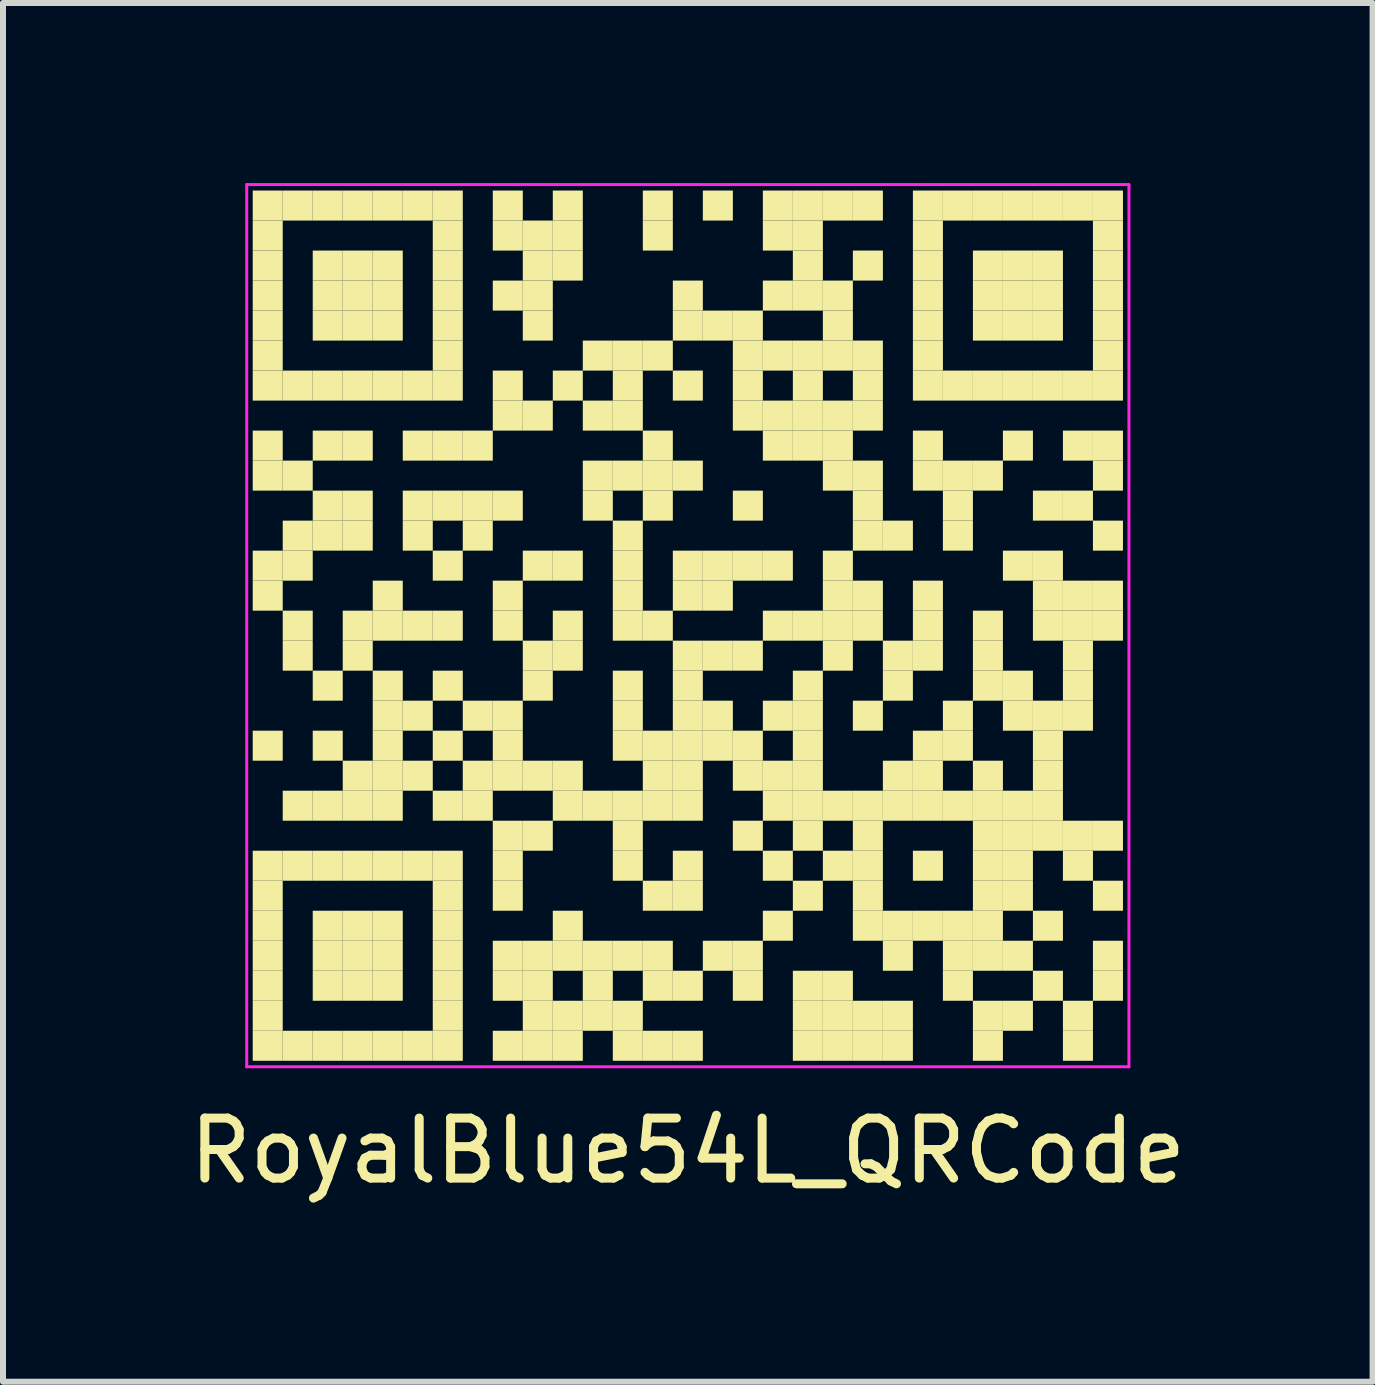
<source format=kicad_pcb>
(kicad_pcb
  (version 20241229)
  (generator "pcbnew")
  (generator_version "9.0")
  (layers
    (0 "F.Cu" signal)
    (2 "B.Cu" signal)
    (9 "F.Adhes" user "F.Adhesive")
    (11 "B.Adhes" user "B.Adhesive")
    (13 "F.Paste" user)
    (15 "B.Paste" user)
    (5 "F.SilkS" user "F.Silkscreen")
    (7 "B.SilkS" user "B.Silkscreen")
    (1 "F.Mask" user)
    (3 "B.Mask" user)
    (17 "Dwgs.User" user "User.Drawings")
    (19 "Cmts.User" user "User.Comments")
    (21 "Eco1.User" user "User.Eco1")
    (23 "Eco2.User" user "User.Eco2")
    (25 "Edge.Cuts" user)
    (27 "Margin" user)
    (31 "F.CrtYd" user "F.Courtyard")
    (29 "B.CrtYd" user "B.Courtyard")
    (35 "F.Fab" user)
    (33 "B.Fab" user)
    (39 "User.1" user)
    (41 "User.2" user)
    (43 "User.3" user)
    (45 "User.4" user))
  (footprint "RoyalBlue54L_QRCode"
    (layer "F.Cu")
    (at 8.411 7.375)
    (property "Reference" "RoyalBlue54L_QRCode" (at 0 8.75 0) (layer "F.SilkS") (effects (font (size 1 1) (thickness 0.15))))
    (fp_rect (start -7.25 -7.25) (end -6.75 -6.75) (stroke (width 0) (type default)) (fill yes) (layer "F.SilkS"))
    (fp_rect (start -7.25 -6.75) (end -6.75 -6.25) (stroke (width 0) (type default)) (fill yes) (layer "F.SilkS"))
    (fp_rect (start -7.25 -6.25) (end -6.75 -5.75) (stroke (width 0) (type default)) (fill yes) (layer "F.SilkS"))
    (fp_rect (start -7.25 -5.75) (end -6.75 -5.25) (stroke (width 0) (type default)) (fill yes) (layer "F.SilkS"))
    (fp_rect (start -7.25 -5.25) (end -6.75 -4.75) (stroke (width 0) (type default)) (fill yes) (layer "F.SilkS"))
    (fp_rect (start -7.25 -4.75) (end -6.75 -4.25) (stroke (width 0) (type default)) (fill yes) (layer "F.SilkS"))
    (fp_rect (start -7.25 -4.25) (end -6.75 -3.75) (stroke (width 0) (type default)) (fill yes) (layer "F.SilkS"))
    (fp_rect (start -7.25 -3.25) (end -6.75 -2.75) (stroke (width 0) (type default)) (fill yes) (layer "F.SilkS"))
    (fp_rect (start -7.25 -2.75) (end -6.75 -2.25) (stroke (width 0) (type default)) (fill yes) (layer "F.SilkS"))
    (fp_rect (start -7.25 -1.25) (end -6.75 -0.75) (stroke (width 0) (type default)) (fill yes) (layer "F.SilkS"))
    (fp_rect (start -7.25 -0.75) (end -6.75 -0.25) (stroke (width 0) (type default)) (fill yes) (layer "F.SilkS"))
    (fp_rect (start -7.25 1.75) (end -6.75 2.25) (stroke (width 0) (type default)) (fill yes) (layer "F.SilkS"))
    (fp_rect (start -7.25 3.75) (end -6.75 4.25) (stroke (width 0) (type default)) (fill yes) (layer "F.SilkS"))
    (fp_rect (start -7.25 4.25) (end -6.75 4.75) (stroke (width 0) (type default)) (fill yes) (layer "F.SilkS"))
    (fp_rect (start -7.25 4.75) (end -6.75 5.25) (stroke (width 0) (type default)) (fill yes) (layer "F.SilkS"))
    (fp_rect (start -7.25 5.25) (end -6.75 5.75) (stroke (width 0) (type default)) (fill yes) (layer "F.SilkS"))
    (fp_rect (start -7.25 5.75) (end -6.75 6.25) (stroke (width 0) (type default)) (fill yes) (layer "F.SilkS"))
    (fp_rect (start -7.25 6.25) (end -6.75 6.75) (stroke (width 0) (type default)) (fill yes) (layer "F.SilkS"))
    (fp_rect (start -7.25 6.75) (end -6.75 7.25) (stroke (width 0) (type default)) (fill yes) (layer "F.SilkS"))
    (fp_rect (start -6.75 -7.25) (end -6.25 -6.75) (stroke (width 0) (type default)) (fill yes) (layer "F.SilkS"))
    (fp_rect (start -6.75 -4.25) (end -6.25 -3.75) (stroke (width 0) (type default)) (fill yes) (layer "F.SilkS"))
    (fp_rect (start -6.75 -2.75) (end -6.25 -2.25) (stroke (width 0) (type default)) (fill yes) (layer "F.SilkS"))
    (fp_rect (start -6.75 -1.75) (end -6.25 -1.25) (stroke (width 0) (type default)) (fill yes) (layer "F.SilkS"))
    (fp_rect (start -6.75 -1.25) (end -6.25 -0.75) (stroke (width 0) (type default)) (fill yes) (layer "F.SilkS"))
    (fp_rect (start -6.75 -0.25) (end -6.25 0.25) (stroke (width 0) (type default)) (fill yes) (layer "F.SilkS"))
    (fp_rect (start -6.75 0.25) (end -6.25 0.75) (stroke (width 0) (type default)) (fill yes) (layer "F.SilkS"))
    (fp_rect (start -6.75 2.75) (end -6.25 3.25) (stroke (width 0) (type default)) (fill yes) (layer "F.SilkS"))
    (fp_rect (start -6.75 3.75) (end -6.25 4.25) (stroke (width 0) (type default)) (fill yes) (layer "F.SilkS"))
    (fp_rect (start -6.75 6.75) (end -6.25 7.25) (stroke (width 0) (type default)) (fill yes) (layer "F.SilkS"))
    (fp_rect (start -6.25 -7.25) (end -5.75 -6.75) (stroke (width 0) (type default)) (fill yes) (layer "F.SilkS"))
    (fp_rect (start -6.25 -6.25) (end -5.75 -5.75) (stroke (width 0) (type default)) (fill yes) (layer "F.SilkS"))
    (fp_rect (start -6.25 -5.75) (end -5.75 -5.25) (stroke (width 0) (type default)) (fill yes) (layer "F.SilkS"))
    (fp_rect (start -6.25 -5.25) (end -5.75 -4.75) (stroke (width 0) (type default)) (fill yes) (layer "F.SilkS"))
    (fp_rect (start -6.25 -4.25) (end -5.75 -3.75) (stroke (width 0) (type default)) (fill yes) (layer "F.SilkS"))
    (fp_rect (start -6.25 -3.25) (end -5.75 -2.75) (stroke (width 0) (type default)) (fill yes) (layer "F.SilkS"))
    (fp_rect (start -6.25 -2.25) (end -5.75 -1.75) (stroke (width 0) (type default)) (fill yes) (layer "F.SilkS"))
    (fp_rect (start -6.25 -1.75) (end -5.75 -1.25) (stroke (width 0) (type default)) (fill yes) (layer "F.SilkS"))
    (fp_rect (start -6.25 0.75) (end -5.75 1.25) (stroke (width 0) (type default)) (fill yes) (layer "F.SilkS"))
    (fp_rect (start -6.25 1.75) (end -5.75 2.25) (stroke (width 0) (type default)) (fill yes) (layer "F.SilkS"))
    (fp_rect (start -6.25 2.75) (end -5.75 3.25) (stroke (width 0) (type default)) (fill yes) (layer "F.SilkS"))
    (fp_rect (start -6.25 3.75) (end -5.75 4.25) (stroke (width 0) (type default)) (fill yes) (layer "F.SilkS"))
    (fp_rect (start -6.25 4.75) (end -5.75 5.25) (stroke (width 0) (type default)) (fill yes) (layer "F.SilkS"))
    (fp_rect (start -6.25 5.25) (end -5.75 5.75) (stroke (width 0) (type default)) (fill yes) (layer "F.SilkS"))
    (fp_rect (start -6.25 5.75) (end -5.75 6.25) (stroke (width 0) (type default)) (fill yes) (layer "F.SilkS"))
    (fp_rect (start -6.25 6.75) (end -5.75 7.25) (stroke (width 0) (type default)) (fill yes) (layer "F.SilkS"))
    (fp_rect (start -5.75 -7.25) (end -5.25 -6.75) (stroke (width 0) (type default)) (fill yes) (layer "F.SilkS"))
    (fp_rect (start -5.75 -6.25) (end -5.25 -5.75) (stroke (width 0) (type default)) (fill yes) (layer "F.SilkS"))
    (fp_rect (start -5.75 -5.75) (end -5.25 -5.25) (stroke (width 0) (type default)) (fill yes) (layer "F.SilkS"))
    (fp_rect (start -5.75 -5.25) (end -5.25 -4.75) (stroke (width 0) (type default)) (fill yes) (layer "F.SilkS"))
    (fp_rect (start -5.75 -4.25) (end -5.25 -3.75) (stroke (width 0) (type default)) (fill yes) (layer "F.SilkS"))
    (fp_rect (start -5.75 -3.25) (end -5.25 -2.75) (stroke (width 0) (type default)) (fill yes) (layer "F.SilkS"))
    (fp_rect (start -5.75 -2.25) (end -5.25 -1.75) (stroke (width 0) (type default)) (fill yes) (layer "F.SilkS"))
    (fp_rect (start -5.75 -1.75) (end -5.25 -1.25) (stroke (width 0) (type default)) (fill yes) (layer "F.SilkS"))
    (fp_rect (start -5.75 -0.25) (end -5.25 0.25) (stroke (width 0) (type default)) (fill yes) (layer "F.SilkS"))
    (fp_rect (start -5.75 0.25) (end -5.25 0.75) (stroke (width 0) (type default)) (fill yes) (layer "F.SilkS"))
    (fp_rect (start -5.75 2.25) (end -5.25 2.75) (stroke (width 0) (type default)) (fill yes) (layer "F.SilkS"))
    (fp_rect (start -5.75 2.75) (end -5.25 3.25) (stroke (width 0) (type default)) (fill yes) (layer "F.SilkS"))
    (fp_rect (start -5.75 3.75) (end -5.25 4.25) (stroke (width 0) (type default)) (fill yes) (layer "F.SilkS"))
    (fp_rect (start -5.75 4.75) (end -5.25 5.25) (stroke (width 0) (type default)) (fill yes) (layer "F.SilkS"))
    (fp_rect (start -5.75 5.25) (end -5.25 5.75) (stroke (width 0) (type default)) (fill yes) (layer "F.SilkS"))
    (fp_rect (start -5.75 5.75) (end -5.25 6.25) (stroke (width 0) (type default)) (fill yes) (layer "F.SilkS"))
    (fp_rect (start -5.75 6.75) (end -5.25 7.25) (stroke (width 0) (type default)) (fill yes) (layer "F.SilkS"))
    (fp_rect (start -5.25 -7.25) (end -4.75 -6.75) (stroke (width 0) (type default)) (fill yes) (layer "F.SilkS"))
    (fp_rect (start -5.25 -6.25) (end -4.75 -5.75) (stroke (width 0) (type default)) (fill yes) (layer "F.SilkS"))
    (fp_rect (start -5.25 -5.75) (end -4.75 -5.25) (stroke (width 0) (type default)) (fill yes) (layer "F.SilkS"))
    (fp_rect (start -5.25 -5.25) (end -4.75 -4.75) (stroke (width 0) (type default)) (fill yes) (layer "F.SilkS"))
    (fp_rect (start -5.25 -4.25) (end -4.75 -3.75) (stroke (width 0) (type default)) (fill yes) (layer "F.SilkS"))
    (fp_rect (start -5.25 -0.75) (end -4.75 -0.25) (stroke (width 0) (type default)) (fill yes) (layer "F.SilkS"))
    (fp_rect (start -5.25 -0.25) (end -4.75 0.25) (stroke (width 0) (type default)) (fill yes) (layer "F.SilkS"))
    (fp_rect (start -5.25 0.75) (end -4.75 1.25) (stroke (width 0) (type default)) (fill yes) (layer "F.SilkS"))
    (fp_rect (start -5.25 1.25) (end -4.75 1.75) (stroke (width 0) (type default)) (fill yes) (layer "F.SilkS"))
    (fp_rect (start -5.25 1.75) (end -4.75 2.25) (stroke (width 0) (type default)) (fill yes) (layer "F.SilkS"))
    (fp_rect (start -5.25 2.25) (end -4.75 2.75) (stroke (width 0) (type default)) (fill yes) (layer "F.SilkS"))
    (fp_rect (start -5.25 2.75) (end -4.75 3.25) (stroke (width 0) (type default)) (fill yes) (layer "F.SilkS"))
    (fp_rect (start -5.25 3.75) (end -4.75 4.25) (stroke (width 0) (type default)) (fill yes) (layer "F.SilkS"))
    (fp_rect (start -5.25 4.75) (end -4.75 5.25) (stroke (width 0) (type default)) (fill yes) (layer "F.SilkS"))
    (fp_rect (start -5.25 5.25) (end -4.75 5.75) (stroke (width 0) (type default)) (fill yes) (layer "F.SilkS"))
    (fp_rect (start -5.25 5.75) (end -4.75 6.25) (stroke (width 0) (type default)) (fill yes) (layer "F.SilkS"))
    (fp_rect (start -5.25 6.75) (end -4.75 7.25) (stroke (width 0) (type default)) (fill yes) (layer "F.SilkS"))
    (fp_rect (start -4.75 -7.25) (end -4.25 -6.75) (stroke (width 0) (type default)) (fill yes) (layer "F.SilkS"))
    (fp_rect (start -4.75 -4.25) (end -4.25 -3.75) (stroke (width 0) (type default)) (fill yes) (layer "F.SilkS"))
    (fp_rect (start -4.75 -3.25) (end -4.25 -2.75) (stroke (width 0) (type default)) (fill yes) (layer "F.SilkS"))
    (fp_rect (start -4.75 -2.25) (end -4.25 -1.75) (stroke (width 0) (type default)) (fill yes) (layer "F.SilkS"))
    (fp_rect (start -4.75 -1.75) (end -4.25 -1.25) (stroke (width 0) (type default)) (fill yes) (layer "F.SilkS"))
    (fp_rect (start -4.75 -0.25) (end -4.25 0.25) (stroke (width 0) (type default)) (fill yes) (layer "F.SilkS"))
    (fp_rect (start -4.75 1.25) (end -4.25 1.75) (stroke (width 0) (type default)) (fill yes) (layer "F.SilkS"))
    (fp_rect (start -4.75 2.25) (end -4.25 2.75) (stroke (width 0) (type default)) (fill yes) (layer "F.SilkS"))
    (fp_rect (start -4.75 3.75) (end -4.25 4.25) (stroke (width 0) (type default)) (fill yes) (layer "F.SilkS"))
    (fp_rect (start -4.75 6.75) (end -4.25 7.25) (stroke (width 0) (type default)) (fill yes) (layer "F.SilkS"))
    (fp_rect (start -4.25 -7.25) (end -3.75 -6.75) (stroke (width 0) (type default)) (fill yes) (layer "F.SilkS"))
    (fp_rect (start -4.25 -6.75) (end -3.75 -6.25) (stroke (width 0) (type default)) (fill yes) (layer "F.SilkS"))
    (fp_rect (start -4.25 -6.25) (end -3.75 -5.75) (stroke (width 0) (type default)) (fill yes) (layer "F.SilkS"))
    (fp_rect (start -4.25 -5.75) (end -3.75 -5.25) (stroke (width 0) (type default)) (fill yes) (layer "F.SilkS"))
    (fp_rect (start -4.25 -5.25) (end -3.75 -4.75) (stroke (width 0) (type default)) (fill yes) (layer "F.SilkS"))
    (fp_rect (start -4.25 -4.75) (end -3.75 -4.25) (stroke (width 0) (type default)) (fill yes) (layer "F.SilkS"))
    (fp_rect (start -4.25 -4.25) (end -3.75 -3.75) (stroke (width 0) (type default)) (fill yes) (layer "F.SilkS"))
    (fp_rect (start -4.25 -3.25) (end -3.75 -2.75) (stroke (width 0) (type default)) (fill yes) (layer "F.SilkS"))
    (fp_rect (start -4.25 -2.25) (end -3.75 -1.75) (stroke (width 0) (type default)) (fill yes) (layer "F.SilkS"))
    (fp_rect (start -4.25 -1.25) (end -3.75 -0.75) (stroke (width 0) (type default)) (fill yes) (layer "F.SilkS"))
    (fp_rect (start -4.25 -0.25) (end -3.75 0.25) (stroke (width 0) (type default)) (fill yes) (layer "F.SilkS"))
    (fp_rect (start -4.25 0.75) (end -3.75 1.25) (stroke (width 0) (type default)) (fill yes) (layer "F.SilkS"))
    (fp_rect (start -4.25 1.75) (end -3.75 2.25) (stroke (width 0) (type default)) (fill yes) (layer "F.SilkS"))
    (fp_rect (start -4.25 2.75) (end -3.75 3.25) (stroke (width 0) (type default)) (fill yes) (layer "F.SilkS"))
    (fp_rect (start -4.25 3.75) (end -3.75 4.25) (stroke (width 0) (type default)) (fill yes) (layer "F.SilkS"))
    (fp_rect (start -4.25 4.25) (end -3.75 4.75) (stroke (width 0) (type default)) (fill yes) (layer "F.SilkS"))
    (fp_rect (start -4.25 4.75) (end -3.75 5.25) (stroke (width 0) (type default)) (fill yes) (layer "F.SilkS"))
    (fp_rect (start -4.25 5.25) (end -3.75 5.75) (stroke (width 0) (type default)) (fill yes) (layer "F.SilkS"))
    (fp_rect (start -4.25 5.75) (end -3.75 6.25) (stroke (width 0) (type default)) (fill yes) (layer "F.SilkS"))
    (fp_rect (start -4.25 6.25) (end -3.75 6.75) (stroke (width 0) (type default)) (fill yes) (layer "F.SilkS"))
    (fp_rect (start -4.25 6.75) (end -3.75 7.25) (stroke (width 0) (type default)) (fill yes) (layer "F.SilkS"))
    (fp_rect (start -3.75 -3.25) (end -3.25 -2.75) (stroke (width 0) (type default)) (fill yes) (layer "F.SilkS"))
    (fp_rect (start -3.75 -2.25) (end -3.25 -1.75) (stroke (width 0) (type default)) (fill yes) (layer "F.SilkS"))
    (fp_rect (start -3.75 -1.75) (end -3.25 -1.25) (stroke (width 0) (type default)) (fill yes) (layer "F.SilkS"))
    (fp_rect (start -3.75 1.25) (end -3.25 1.75) (stroke (width 0) (type default)) (fill yes) (layer "F.SilkS"))
    (fp_rect (start -3.75 2.25) (end -3.25 2.75) (stroke (width 0) (type default)) (fill yes) (layer "F.SilkS"))
    (fp_rect (start -3.75 2.75) (end -3.25 3.25) (stroke (width 0) (type default)) (fill yes) (layer "F.SilkS"))
    (fp_rect (start -3.25 -7.25) (end -2.75 -6.75) (stroke (width 0) (type default)) (fill yes) (layer "F.SilkS"))
    (fp_rect (start -3.25 -6.75) (end -2.75 -6.25) (stroke (width 0) (type default)) (fill yes) (layer "F.SilkS"))
    (fp_rect (start -3.25 -5.75) (end -2.75 -5.25) (stroke (width 0) (type default)) (fill yes) (layer "F.SilkS"))
    (fp_rect (start -3.25 -4.25) (end -2.75 -3.75) (stroke (width 0) (type default)) (fill yes) (layer "F.SilkS"))
    (fp_rect (start -3.25 -3.75) (end -2.75 -3.25) (stroke (width 0) (type default)) (fill yes) (layer "F.SilkS"))
    (fp_rect (start -3.25 -2.25) (end -2.75 -1.75) (stroke (width 0) (type default)) (fill yes) (layer "F.SilkS"))
    (fp_rect (start -3.25 -0.75) (end -2.75 -0.25) (stroke (width 0) (type default)) (fill yes) (layer "F.SilkS"))
    (fp_rect (start -3.25 -0.25) (end -2.75 0.25) (stroke (width 0) (type default)) (fill yes) (layer "F.SilkS"))
    (fp_rect (start -3.25 1.25) (end -2.75 1.75) (stroke (width 0) (type default)) (fill yes) (layer "F.SilkS"))
    (fp_rect (start -3.25 1.75) (end -2.75 2.25) (stroke (width 0) (type default)) (fill yes) (layer "F.SilkS"))
    (fp_rect (start -3.25 2.25) (end -2.75 2.75) (stroke (width 0) (type default)) (fill yes) (layer "F.SilkS"))
    (fp_rect (start -3.25 3.25) (end -2.75 3.75) (stroke (width 0) (type default)) (fill yes) (layer "F.SilkS"))
    (fp_rect (start -3.25 3.75) (end -2.75 4.25) (stroke (width 0) (type default)) (fill yes) (layer "F.SilkS"))
    (fp_rect (start -3.25 4.25) (end -2.75 4.75) (stroke (width 0) (type default)) (fill yes) (layer "F.SilkS"))
    (fp_rect (start -3.25 5.25) (end -2.75 5.75) (stroke (width 0) (type default)) (fill yes) (layer "F.SilkS"))
    (fp_rect (start -3.25 5.75) (end -2.75 6.25) (stroke (width 0) (type default)) (fill yes) (layer "F.SilkS"))
    (fp_rect (start -3.25 6.75) (end -2.75 7.25) (stroke (width 0) (type default)) (fill yes) (layer "F.SilkS"))
    (fp_rect (start -2.75 -6.75) (end -2.25 -6.25) (stroke (width 0) (type default)) (fill yes) (layer "F.SilkS"))
    (fp_rect (start -2.75 -6.25) (end -2.25 -5.75) (stroke (width 0) (type default)) (fill yes) (layer "F.SilkS"))
    (fp_rect (start -2.75 -5.75) (end -2.25 -5.25) (stroke (width 0) (type default)) (fill yes) (layer "F.SilkS"))
    (fp_rect (start -2.75 -5.25) (end -2.25 -4.75) (stroke (width 0) (type default)) (fill yes) (layer "F.SilkS"))
    (fp_rect (start -2.75 -3.75) (end -2.25 -3.25) (stroke (width 0) (type default)) (fill yes) (layer "F.SilkS"))
    (fp_rect (start -2.75 -1.25) (end -2.25 -0.75) (stroke (width 0) (type default)) (fill yes) (layer "F.SilkS"))
    (fp_rect (start -2.75 0.25) (end -2.25 0.75) (stroke (width 0) (type default)) (fill yes) (layer "F.SilkS"))
    (fp_rect (start -2.75 0.75) (end -2.25 1.25) (stroke (width 0) (type default)) (fill yes) (layer "F.SilkS"))
    (fp_rect (start -2.75 2.25) (end -2.25 2.75) (stroke (width 0) (type default)) (fill yes) (layer "F.SilkS"))
    (fp_rect (start -2.75 3.25) (end -2.25 3.75) (stroke (width 0) (type default)) (fill yes) (layer "F.SilkS"))
    (fp_rect (start -2.75 5.25) (end -2.25 5.75) (stroke (width 0) (type default)) (fill yes) (layer "F.SilkS"))
    (fp_rect (start -2.75 5.75) (end -2.25 6.25) (stroke (width 0) (type default)) (fill yes) (layer "F.SilkS"))
    (fp_rect (start -2.75 6.25) (end -2.25 6.75) (stroke (width 0) (type default)) (fill yes) (layer "F.SilkS"))
    (fp_rect (start -2.75 6.75) (end -2.25 7.25) (stroke (width 0) (type default)) (fill yes) (layer "F.SilkS"))
    (fp_rect (start -2.25 -7.25) (end -1.75 -6.75) (stroke (width 0) (type default)) (fill yes) (layer "F.SilkS"))
    (fp_rect (start -2.25 -6.75) (end -1.75 -6.25) (stroke (width 0) (type default)) (fill yes) (layer "F.SilkS"))
    (fp_rect (start -2.25 -6.25) (end -1.75 -5.75) (stroke (width 0) (type default)) (fill yes) (layer "F.SilkS"))
    (fp_rect (start -2.25 -4.25) (end -1.75 -3.75) (stroke (width 0) (type default)) (fill yes) (layer "F.SilkS"))
    (fp_rect (start -2.25 -1.25) (end -1.75 -0.75) (stroke (width 0) (type default)) (fill yes) (layer "F.SilkS"))
    (fp_rect (start -2.25 -0.25) (end -1.75 0.25) (stroke (width 0) (type default)) (fill yes) (layer "F.SilkS"))
    (fp_rect (start -2.25 0.25) (end -1.75 0.75) (stroke (width 0) (type default)) (fill yes) (layer "F.SilkS"))
    (fp_rect (start -2.25 2.25) (end -1.75 2.75) (stroke (width 0) (type default)) (fill yes) (layer "F.SilkS"))
    (fp_rect (start -2.25 2.75) (end -1.75 3.25) (stroke (width 0) (type default)) (fill yes) (layer "F.SilkS"))
    (fp_rect (start -2.25 4.75) (end -1.75 5.25) (stroke (width 0) (type default)) (fill yes) (layer "F.SilkS"))
    (fp_rect (start -2.25 5.25) (end -1.75 5.75) (stroke (width 0) (type default)) (fill yes) (layer "F.SilkS"))
    (fp_rect (start -2.25 6.25) (end -1.75 6.75) (stroke (width 0) (type default)) (fill yes) (layer "F.SilkS"))
    (fp_rect (start -2.25 6.75) (end -1.75 7.25) (stroke (width 0) (type default)) (fill yes) (layer "F.SilkS"))
    (fp_rect (start -1.75 -4.75) (end -1.25 -4.25) (stroke (width 0) (type default)) (fill yes) (layer "F.SilkS"))
    (fp_rect (start -1.75 -3.75) (end -1.25 -3.25) (stroke (width 0) (type default)) (fill yes) (layer "F.SilkS"))
    (fp_rect (start -1.75 -2.75) (end -1.25 -2.25) (stroke (width 0) (type default)) (fill yes) (layer "F.SilkS"))
    (fp_rect (start -1.75 -2.25) (end -1.25 -1.75) (stroke (width 0) (type default)) (fill yes) (layer "F.SilkS"))
    (fp_rect (start -1.75 2.75) (end -1.25 3.25) (stroke (width 0) (type default)) (fill yes) (layer "F.SilkS"))
    (fp_rect (start -1.75 5.25) (end -1.25 5.75) (stroke (width 0) (type default)) (fill yes) (layer "F.SilkS"))
    (fp_rect (start -1.75 5.75) (end -1.25 6.25) (stroke (width 0) (type default)) (fill yes) (layer "F.SilkS"))
    (fp_rect (start -1.75 6.25) (end -1.25 6.75) (stroke (width 0) (type default)) (fill yes) (layer "F.SilkS"))
    (fp_rect (start -1.25 -4.75) (end -0.75 -4.25) (stroke (width 0) (type default)) (fill yes) (layer "F.SilkS"))
    (fp_rect (start -1.25 -4.25) (end -0.75 -3.75) (stroke (width 0) (type default)) (fill yes) (layer "F.SilkS"))
    (fp_rect (start -1.25 -3.75) (end -0.75 -3.25) (stroke (width 0) (type default)) (fill yes) (layer "F.SilkS"))
    (fp_rect (start -1.25 -2.75) (end -0.75 -2.25) (stroke (width 0) (type default)) (fill yes) (layer "F.SilkS"))
    (fp_rect (start -1.25 -1.75) (end -0.75 -1.25) (stroke (width 0) (type default)) (fill yes) (layer "F.SilkS"))
    (fp_rect (start -1.25 -1.25) (end -0.75 -0.75) (stroke (width 0) (type default)) (fill yes) (layer "F.SilkS"))
    (fp_rect (start -1.25 -0.75) (end -0.75 -0.25) (stroke (width 0) (type default)) (fill yes) (layer "F.SilkS"))
    (fp_rect (start -1.25 -0.25) (end -0.75 0.25) (stroke (width 0) (type default)) (fill yes) (layer "F.SilkS"))
    (fp_rect (start -1.25 0.75) (end -0.75 1.25) (stroke (width 0) (type default)) (fill yes) (layer "F.SilkS"))
    (fp_rect (start -1.25 1.25) (end -0.75 1.75) (stroke (width 0) (type default)) (fill yes) (layer "F.SilkS"))
    (fp_rect (start -1.25 1.75) (end -0.75 2.25) (stroke (width 0) (type default)) (fill yes) (layer "F.SilkS"))
    (fp_rect (start -1.25 2.75) (end -0.75 3.25) (stroke (width 0) (type default)) (fill yes) (layer "F.SilkS"))
    (fp_rect (start -1.25 3.25) (end -0.75 3.75) (stroke (width 0) (type default)) (fill yes) (layer "F.SilkS"))
    (fp_rect (start -1.25 3.75) (end -0.75 4.25) (stroke (width 0) (type default)) (fill yes) (layer "F.SilkS"))
    (fp_rect (start -1.25 5.25) (end -0.75 5.75) (stroke (width 0) (type default)) (fill yes) (layer "F.SilkS"))
    (fp_rect (start -1.25 6.25) (end -0.75 6.75) (stroke (width 0) (type default)) (fill yes) (layer "F.SilkS"))
    (fp_rect (start -1.25 6.75) (end -0.75 7.25) (stroke (width 0) (type default)) (fill yes) (layer "F.SilkS"))
    (fp_rect (start -0.75 -7.25) (end -0.25 -6.75) (stroke (width 0) (type default)) (fill yes) (layer "F.SilkS"))
    (fp_rect (start -0.75 -6.75) (end -0.25 -6.25) (stroke (width 0) (type default)) (fill yes) (layer "F.SilkS"))
    (fp_rect (start -0.75 -4.75) (end -0.25 -4.25) (stroke (width 0) (type default)) (fill yes) (layer "F.SilkS"))
    (fp_rect (start -0.75 -3.25) (end -0.25 -2.75) (stroke (width 0) (type default)) (fill yes) (layer "F.SilkS"))
    (fp_rect (start -0.75 -2.75) (end -0.25 -2.25) (stroke (width 0) (type default)) (fill yes) (layer "F.SilkS"))
    (fp_rect (start -0.75 -2.25) (end -0.25 -1.75) (stroke (width 0) (type default)) (fill yes) (layer "F.SilkS"))
    (fp_rect (start -0.75 -0.25) (end -0.25 0.25) (stroke (width 0) (type default)) (fill yes) (layer "F.SilkS"))
    (fp_rect (start -0.75 1.75) (end -0.25 2.25) (stroke (width 0) (type default)) (fill yes) (layer "F.SilkS"))
    (fp_rect (start -0.75 2.25) (end -0.25 2.75) (stroke (width 0) (type default)) (fill yes) (layer "F.SilkS"))
    (fp_rect (start -0.75 2.75) (end -0.25 3.25) (stroke (width 0) (type default)) (fill yes) (layer "F.SilkS"))
    (fp_rect (start -0.75 4.25) (end -0.25 4.75) (stroke (width 0) (type default)) (fill yes) (layer "F.SilkS"))
    (fp_rect (start -0.75 5.25) (end -0.25 5.75) (stroke (width 0) (type default)) (fill yes) (layer "F.SilkS"))
    (fp_rect (start -0.75 5.75) (end -0.25 6.25) (stroke (width 0) (type default)) (fill yes) (layer "F.SilkS"))
    (fp_rect (start -0.75 6.75) (end -0.25 7.25) (stroke (width 0) (type default)) (fill yes) (layer "F.SilkS"))
    (fp_rect (start -0.25 -5.75) (end 0.25 -5.25) (stroke (width 0) (type default)) (fill yes) (layer "F.SilkS"))
    (fp_rect (start -0.25 -5.25) (end 0.25 -4.75) (stroke (width 0) (type default)) (fill yes) (layer "F.SilkS"))
    (fp_rect (start -0.25 -4.25) (end 0.25 -3.75) (stroke (width 0) (type default)) (fill yes) (layer "F.SilkS"))
    (fp_rect (start -0.25 -2.75) (end 0.25 -2.25) (stroke (width 0) (type default)) (fill yes) (layer "F.SilkS"))
    (fp_rect (start -0.25 -1.25) (end 0.25 -0.75) (stroke (width 0) (type default)) (fill yes) (layer "F.SilkS"))
    (fp_rect (start -0.25 -0.75) (end 0.25 -0.25) (stroke (width 0) (type default)) (fill yes) (layer "F.SilkS"))
    (fp_rect (start -0.25 0.25) (end 0.25 0.75) (stroke (width 0) (type default)) (fill yes) (layer "F.SilkS"))
    (fp_rect (start -0.25 0.75) (end 0.25 1.25) (stroke (width 0) (type default)) (fill yes) (layer "F.SilkS"))
    (fp_rect (start -0.25 1.25) (end 0.25 1.75) (stroke (width 0) (type default)) (fill yes) (layer "F.SilkS"))
    (fp_rect (start -0.25 1.75) (end 0.25 2.25) (stroke (width 0) (type default)) (fill yes) (layer "F.SilkS"))
    (fp_rect (start -0.25 2.25) (end 0.25 2.75) (stroke (width 0) (type default)) (fill yes) (layer "F.SilkS"))
    (fp_rect (start -0.25 2.75) (end 0.25 3.25) (stroke (width 0) (type default)) (fill yes) (layer "F.SilkS"))
    (fp_rect (start -0.25 3.75) (end 0.25 4.25) (stroke (width 0) (type default)) (fill yes) (layer "F.SilkS"))
    (fp_rect (start -0.25 4.25) (end 0.25 4.75) (stroke (width 0) (type default)) (fill yes) (layer "F.SilkS"))
    (fp_rect (start -0.25 5.75) (end 0.25 6.25) (stroke (width 0) (type default)) (fill yes) (layer "F.SilkS"))
    (fp_rect (start -0.25 6.75) (end 0.25 7.25) (stroke (width 0) (type default)) (fill yes) (layer "F.SilkS"))
    (fp_rect (start 0.25 -7.25) (end 0.75 -6.75) (stroke (width 0) (type default)) (fill yes) (layer "F.SilkS"))
    (fp_rect (start 0.25 -5.25) (end 0.75 -4.75) (stroke (width 0) (type default)) (fill yes) (layer "F.SilkS"))
    (fp_rect (start 0.25 -1.25) (end 0.75 -0.75) (stroke (width 0) (type default)) (fill yes) (layer "F.SilkS"))
    (fp_rect (start 0.25 -0.75) (end 0.75 -0.25) (stroke (width 0) (type default)) (fill yes) (layer "F.SilkS"))
    (fp_rect (start 0.25 0.25) (end 0.75 0.75) (stroke (width 0) (type default)) (fill yes) (layer "F.SilkS"))
    (fp_rect (start 0.25 1.25) (end 0.75 1.75) (stroke (width 0) (type default)) (fill yes) (layer "F.SilkS"))
    (fp_rect (start 0.25 1.75) (end 0.75 2.25) (stroke (width 0) (type default)) (fill yes) (layer "F.SilkS"))
    (fp_rect (start 0.25 5.25) (end 0.75 5.75) (stroke (width 0) (type default)) (fill yes) (layer "F.SilkS"))
    (fp_rect (start 0.75 -5.25) (end 1.25 -4.75) (stroke (width 0) (type default)) (fill yes) (layer "F.SilkS"))
    (fp_rect (start 0.75 -4.75) (end 1.25 -4.25) (stroke (width 0) (type default)) (fill yes) (layer "F.SilkS"))
    (fp_rect (start 0.75 -4.25) (end 1.25 -3.75) (stroke (width 0) (type default)) (fill yes) (layer "F.SilkS"))
    (fp_rect (start 0.75 -3.75) (end 1.25 -3.25) (stroke (width 0) (type default)) (fill yes) (layer "F.SilkS"))
    (fp_rect (start 0.75 -2.25) (end 1.25 -1.75) (stroke (width 0) (type default)) (fill yes) (layer "F.SilkS"))
    (fp_rect (start 0.75 -1.25) (end 1.25 -0.75) (stroke (width 0) (type default)) (fill yes) (layer "F.SilkS"))
    (fp_rect (start 0.75 0.25) (end 1.25 0.75) (stroke (width 0) (type default)) (fill yes) (layer "F.SilkS"))
    (fp_rect (start 0.75 1.75) (end 1.25 2.25) (stroke (width 0) (type default)) (fill yes) (layer "F.SilkS"))
    (fp_rect (start 0.75 2.25) (end 1.25 2.75) (stroke (width 0) (type default)) (fill yes) (layer "F.SilkS"))
    (fp_rect (start 0.75 3.25) (end 1.25 3.75) (stroke (width 0) (type default)) (fill yes) (layer "F.SilkS"))
    (fp_rect (start 0.75 5.25) (end 1.25 5.75) (stroke (width 0) (type default)) (fill yes) (layer "F.SilkS"))
    (fp_rect (start 0.75 5.75) (end 1.25 6.25) (stroke (width 0) (type default)) (fill yes) (layer "F.SilkS"))
    (fp_rect (start 1.25 -7.25) (end 1.75 -6.75) (stroke (width 0) (type default)) (fill yes) (layer "F.SilkS"))
    (fp_rect (start 1.25 -6.75) (end 1.75 -6.25) (stroke (width 0) (type default)) (fill yes) (layer "F.SilkS"))
    (fp_rect (start 1.25 -5.75) (end 1.75 -5.25) (stroke (width 0) (type default)) (fill yes) (layer "F.SilkS"))
    (fp_rect (start 1.25 -4.75) (end 1.75 -4.25) (stroke (width 0) (type default)) (fill yes) (layer "F.SilkS"))
    (fp_rect (start 1.25 -3.75) (end 1.75 -3.25) (stroke (width 0) (type default)) (fill yes) (layer "F.SilkS"))
    (fp_rect (start 1.25 -3.25) (end 1.75 -2.75) (stroke (width 0) (type default)) (fill yes) (layer "F.SilkS"))
    (fp_rect (start 1.25 -1.25) (end 1.75 -0.75) (stroke (width 0) (type default)) (fill yes) (layer "F.SilkS"))
    (fp_rect (start 1.25 -0.25) (end 1.75 0.25) (stroke (width 0) (type default)) (fill yes) (layer "F.SilkS"))
    (fp_rect (start 1.25 1.25) (end 1.75 1.75) (stroke (width 0) (type default)) (fill yes) (layer "F.SilkS"))
    (fp_rect (start 1.25 2.25) (end 1.75 2.75) (stroke (width 0) (type default)) (fill yes) (layer "F.SilkS"))
    (fp_rect (start 1.25 2.75) (end 1.75 3.25) (stroke (width 0) (type default)) (fill yes) (layer "F.SilkS"))
    (fp_rect (start 1.25 3.75) (end 1.75 4.25) (stroke (width 0) (type default)) (fill yes) (layer "F.SilkS"))
    (fp_rect (start 1.25 4.75) (end 1.75 5.25) (stroke (width 0) (type default)) (fill yes) (layer "F.SilkS"))
    (fp_rect (start 1.75 -7.25) (end 2.25 -6.75) (stroke (width 0) (type default)) (fill yes) (layer "F.SilkS"))
    (fp_rect (start 1.75 -6.75) (end 2.25 -6.25) (stroke (width 0) (type default)) (fill yes) (layer "F.SilkS"))
    (fp_rect (start 1.75 -6.25) (end 2.25 -5.75) (stroke (width 0) (type default)) (fill yes) (layer "F.SilkS"))
    (fp_rect (start 1.75 -5.75) (end 2.25 -5.25) (stroke (width 0) (type default)) (fill yes) (layer "F.SilkS"))
    (fp_rect (start 1.75 -4.75) (end 2.25 -4.25) (stroke (width 0) (type default)) (fill yes) (layer "F.SilkS"))
    (fp_rect (start 1.75 -4.25) (end 2.25 -3.75) (stroke (width 0) (type default)) (fill yes) (layer "F.SilkS"))
    (fp_rect (start 1.75 -3.75) (end 2.25 -3.25) (stroke (width 0) (type default)) (fill yes) (layer "F.SilkS"))
    (fp_rect (start 1.75 -3.25) (end 2.25 -2.75) (stroke (width 0) (type default)) (fill yes) (layer "F.SilkS"))
    (fp_rect (start 1.75 -0.25) (end 2.25 0.25) (stroke (width 0) (type default)) (fill yes) (layer "F.SilkS"))
    (fp_rect (start 1.75 0.75) (end 2.25 1.25) (stroke (width 0) (type default)) (fill yes) (layer "F.SilkS"))
    (fp_rect (start 1.75 1.25) (end 2.25 1.75) (stroke (width 0) (type default)) (fill yes) (layer "F.SilkS"))
    (fp_rect (start 1.75 1.75) (end 2.25 2.25) (stroke (width 0) (type default)) (fill yes) (layer "F.SilkS"))
    (fp_rect (start 1.75 2.25) (end 2.25 2.75) (stroke (width 0) (type default)) (fill yes) (layer "F.SilkS"))
    (fp_rect (start 1.75 2.75) (end 2.25 3.25) (stroke (width 0) (type default)) (fill yes) (layer "F.SilkS"))
    (fp_rect (start 1.75 3.25) (end 2.25 3.75) (stroke (width 0) (type default)) (fill yes) (layer "F.SilkS"))
    (fp_rect (start 1.75 4.25) (end 2.25 4.75) (stroke (width 0) (type default)) (fill yes) (layer "F.SilkS"))
    (fp_rect (start 1.75 5.75) (end 2.25 6.25) (stroke (width 0) (type default)) (fill yes) (layer "F.SilkS"))
    (fp_rect (start 1.75 6.25) (end 2.25 6.75) (stroke (width 0) (type default)) (fill yes) (layer "F.SilkS"))
    (fp_rect (start 1.75 6.75) (end 2.25 7.25) (stroke (width 0) (type default)) (fill yes) (layer "F.SilkS"))
    (fp_rect (start 2.25 -7.25) (end 2.75 -6.75) (stroke (width 0) (type default)) (fill yes) (layer "F.SilkS"))
    (fp_rect (start 2.25 -5.75) (end 2.75 -5.25) (stroke (width 0) (type default)) (fill yes) (layer "F.SilkS"))
    (fp_rect (start 2.25 -5.25) (end 2.75 -4.75) (stroke (width 0) (type default)) (fill yes) (layer "F.SilkS"))
    (fp_rect (start 2.25 -4.75) (end 2.75 -4.25) (stroke (width 0) (type default)) (fill yes) (layer "F.SilkS"))
    (fp_rect (start 2.25 -3.75) (end 2.75 -3.25) (stroke (width 0) (type default)) (fill yes) (layer "F.SilkS"))
    (fp_rect (start 2.25 -3.25) (end 2.75 -2.75) (stroke (width 0) (type default)) (fill yes) (layer "F.SilkS"))
    (fp_rect (start 2.25 -2.75) (end 2.75 -2.25) (stroke (width 0) (type default)) (fill yes) (layer "F.SilkS"))
    (fp_rect (start 2.25 -1.25) (end 2.75 -0.75) (stroke (width 0) (type default)) (fill yes) (layer "F.SilkS"))
    (fp_rect (start 2.25 -0.75) (end 2.75 -0.25) (stroke (width 0) (type default)) (fill yes) (layer "F.SilkS"))
    (fp_rect (start 2.25 -0.25) (end 2.75 0.25) (stroke (width 0) (type default)) (fill yes) (layer "F.SilkS"))
    (fp_rect (start 2.25 0.25) (end 2.75 0.75) (stroke (width 0) (type default)) (fill yes) (layer "F.SilkS"))
    (fp_rect (start 2.25 2.75) (end 2.75 3.25) (stroke (width 0) (type default)) (fill yes) (layer "F.SilkS"))
    (fp_rect (start 2.25 3.75) (end 2.75 4.25) (stroke (width 0) (type default)) (fill yes) (layer "F.SilkS"))
    (fp_rect (start 2.25 5.75) (end 2.75 6.25) (stroke (width 0) (type default)) (fill yes) (layer "F.SilkS"))
    (fp_rect (start 2.25 6.25) (end 2.75 6.75) (stroke (width 0) (type default)) (fill yes) (layer "F.SilkS"))
    (fp_rect (start 2.25 6.75) (end 2.75 7.25) (stroke (width 0) (type default)) (fill yes) (layer "F.SilkS"))
    (fp_rect (start 2.75 -7.25) (end 3.25 -6.75) (stroke (width 0) (type default)) (fill yes) (layer "F.SilkS"))
    (fp_rect (start 2.75 -6.25) (end 3.25 -5.75) (stroke (width 0) (type default)) (fill yes) (layer "F.SilkS"))
    (fp_rect (start 2.75 -4.75) (end 3.25 -4.25) (stroke (width 0) (type default)) (fill yes) (layer "F.SilkS"))
    (fp_rect (start 2.75 -4.25) (end 3.25 -3.75) (stroke (width 0) (type default)) (fill yes) (layer "F.SilkS"))
    (fp_rect (start 2.75 -3.75) (end 3.25 -3.25) (stroke (width 0) (type default)) (fill yes) (layer "F.SilkS"))
    (fp_rect (start 2.75 -2.75) (end 3.25 -2.25) (stroke (width 0) (type default)) (fill yes) (layer "F.SilkS"))
    (fp_rect (start 2.75 -2.25) (end 3.25 -1.75) (stroke (width 0) (type default)) (fill yes) (layer "F.SilkS"))
    (fp_rect (start 2.75 -1.75) (end 3.25 -1.25) (stroke (width 0) (type default)) (fill yes) (layer "F.SilkS"))
    (fp_rect (start 2.75 -0.75) (end 3.25 -0.25) (stroke (width 0) (type default)) (fill yes) (layer "F.SilkS"))
    (fp_rect (start 2.75 -0.25) (end 3.25 0.25) (stroke (width 0) (type default)) (fill yes) (layer "F.SilkS"))
    (fp_rect (start 2.75 1.25) (end 3.25 1.75) (stroke (width 0) (type default)) (fill yes) (layer "F.SilkS"))
    (fp_rect (start 2.75 2.75) (end 3.25 3.25) (stroke (width 0) (type default)) (fill yes) (layer "F.SilkS"))
    (fp_rect (start 2.75 3.25) (end 3.25 3.75) (stroke (width 0) (type default)) (fill yes) (layer "F.SilkS"))
    (fp_rect (start 2.75 3.75) (end 3.25 4.25) (stroke (width 0) (type default)) (fill yes) (layer "F.SilkS"))
    (fp_rect (start 2.75 4.25) (end 3.25 4.75) (stroke (width 0) (type default)) (fill yes) (layer "F.SilkS"))
    (fp_rect (start 2.75 4.75) (end 3.25 5.25) (stroke (width 0) (type default)) (fill yes) (layer "F.SilkS"))
    (fp_rect (start 2.75 6.25) (end 3.25 6.75) (stroke (width 0) (type default)) (fill yes) (layer "F.SilkS"))
    (fp_rect (start 2.75 6.75) (end 3.25 7.25) (stroke (width 0) (type default)) (fill yes) (layer "F.SilkS"))
    (fp_rect (start 3.25 -1.75) (end 3.75 -1.25) (stroke (width 0) (type default)) (fill yes) (layer "F.SilkS"))
    (fp_rect (start 3.25 0.25) (end 3.75 0.75) (stroke (width 0) (type default)) (fill yes) (layer "F.SilkS"))
    (fp_rect (start 3.25 0.75) (end 3.75 1.25) (stroke (width 0) (type default)) (fill yes) (layer "F.SilkS"))
    (fp_rect (start 3.25 2.25) (end 3.75 2.75) (stroke (width 0) (type default)) (fill yes) (layer "F.SilkS"))
    (fp_rect (start 3.25 2.75) (end 3.75 3.25) (stroke (width 0) (type default)) (fill yes) (layer "F.SilkS"))
    (fp_rect (start 3.25 4.75) (end 3.75 5.25) (stroke (width 0) (type default)) (fill yes) (layer "F.SilkS"))
    (fp_rect (start 3.25 5.25) (end 3.75 5.75) (stroke (width 0) (type default)) (fill yes) (layer "F.SilkS"))
    (fp_rect (start 3.25 6.25) (end 3.75 6.75) (stroke (width 0) (type default)) (fill yes) (layer "F.SilkS"))
    (fp_rect (start 3.25 6.75) (end 3.75 7.25) (stroke (width 0) (type default)) (fill yes) (layer "F.SilkS"))
    (fp_rect (start 3.75 -7.25) (end 4.25 -6.75) (stroke (width 0) (type default)) (fill yes) (layer "F.SilkS"))
    (fp_rect (start 3.75 -6.75) (end 4.25 -6.25) (stroke (width 0) (type default)) (fill yes) (layer "F.SilkS"))
    (fp_rect (start 3.75 -6.25) (end 4.25 -5.75) (stroke (width 0) (type default)) (fill yes) (layer "F.SilkS"))
    (fp_rect (start 3.75 -5.75) (end 4.25 -5.25) (stroke (width 0) (type default)) (fill yes) (layer "F.SilkS"))
    (fp_rect (start 3.75 -5.25) (end 4.25 -4.75) (stroke (width 0) (type default)) (fill yes) (layer "F.SilkS"))
    (fp_rect (start 3.75 -4.75) (end 4.25 -4.25) (stroke (width 0) (type default)) (fill yes) (layer "F.SilkS"))
    (fp_rect (start 3.75 -4.25) (end 4.25 -3.75) (stroke (width 0) (type default)) (fill yes) (layer "F.SilkS"))
    (fp_rect (start 3.75 -3.25) (end 4.25 -2.75) (stroke (width 0) (type default)) (fill yes) (layer "F.SilkS"))
    (fp_rect (start 3.75 -2.75) (end 4.25 -2.25) (stroke (width 0) (type default)) (fill yes) (layer "F.SilkS"))
    (fp_rect (start 3.75 -0.75) (end 4.25 -0.25) (stroke (width 0) (type default)) (fill yes) (layer "F.SilkS"))
    (fp_rect (start 3.75 -0.25) (end 4.25 0.25) (stroke (width 0) (type default)) (fill yes) (layer "F.SilkS"))
    (fp_rect (start 3.75 0.25) (end 4.25 0.75) (stroke (width 0) (type default)) (fill yes) (layer "F.SilkS"))
    (fp_rect (start 3.75 1.75) (end 4.25 2.25) (stroke (width 0) (type default)) (fill yes) (layer "F.SilkS"))
    (fp_rect (start 3.75 2.25) (end 4.25 2.75) (stroke (width 0) (type default)) (fill yes) (layer "F.SilkS"))
    (fp_rect (start 3.75 2.75) (end 4.25 3.25) (stroke (width 0) (type default)) (fill yes) (layer "F.SilkS"))
    (fp_rect (start 3.75 3.75) (end 4.25 4.25) (stroke (width 0) (type default)) (fill yes) (layer "F.SilkS"))
    (fp_rect (start 3.75 4.75) (end 4.25 5.25) (stroke (width 0) (type default)) (fill yes) (layer "F.SilkS"))
    (fp_rect (start 4.25 -7.25) (end 4.75 -6.75) (stroke (width 0) (type default)) (fill yes) (layer "F.SilkS"))
    (fp_rect (start 4.25 -4.25) (end 4.75 -3.75) (stroke (width 0) (type default)) (fill yes) (layer "F.SilkS"))
    (fp_rect (start 4.25 -2.75) (end 4.75 -2.25) (stroke (width 0) (type default)) (fill yes) (layer "F.SilkS"))
    (fp_rect (start 4.25 -2.25) (end 4.75 -1.75) (stroke (width 0) (type default)) (fill yes) (layer "F.SilkS"))
    (fp_rect (start 4.25 -1.75) (end 4.75 -1.25) (stroke (width 0) (type default)) (fill yes) (layer "F.SilkS"))
    (fp_rect (start 4.25 1.25) (end 4.75 1.75) (stroke (width 0) (type default)) (fill yes) (layer "F.SilkS"))
    (fp_rect (start 4.25 1.75) (end 4.75 2.25) (stroke (width 0) (type default)) (fill yes) (layer "F.SilkS"))
    (fp_rect (start 4.25 2.75) (end 4.75 3.25) (stroke (width 0) (type default)) (fill yes) (layer "F.SilkS"))
    (fp_rect (start 4.25 4.75) (end 4.75 5.25) (stroke (width 0) (type default)) (fill yes) (layer "F.SilkS"))
    (fp_rect (start 4.25 5.25) (end 4.75 5.75) (stroke (width 0) (type default)) (fill yes) (layer "F.SilkS"))
    (fp_rect (start 4.25 5.75) (end 4.75 6.25) (stroke (width 0) (type default)) (fill yes) (layer "F.SilkS"))
    (fp_rect (start 4.75 -7.25) (end 5.25 -6.75) (stroke (width 0) (type default)) (fill yes) (layer "F.SilkS"))
    (fp_rect (start 4.75 -6.25) (end 5.25 -5.75) (stroke (width 0) (type default)) (fill yes) (layer "F.SilkS"))
    (fp_rect (start 4.75 -5.75) (end 5.25 -5.25) (stroke (width 0) (type default)) (fill yes) (layer "F.SilkS"))
    (fp_rect (start 4.75 -5.25) (end 5.25 -4.75) (stroke (width 0) (type default)) (fill yes) (layer "F.SilkS"))
    (fp_rect (start 4.75 -4.25) (end 5.25 -3.75) (stroke (width 0) (type default)) (fill yes) (layer "F.SilkS"))
    (fp_rect (start 4.75 -2.75) (end 5.25 -2.25) (stroke (width 0) (type default)) (fill yes) (layer "F.SilkS"))
    (fp_rect (start 4.75 -0.25) (end 5.25 0.25) (stroke (width 0) (type default)) (fill yes) (layer "F.SilkS"))
    (fp_rect (start 4.75 0.25) (end 5.25 0.75) (stroke (width 0) (type default)) (fill yes) (layer "F.SilkS"))
    (fp_rect (start 4.75 0.75) (end 5.25 1.25) (stroke (width 0) (type default)) (fill yes) (layer "F.SilkS"))
    (fp_rect (start 4.75 2.25) (end 5.25 2.75) (stroke (width 0) (type default)) (fill yes) (layer "F.SilkS"))
    (fp_rect (start 4.75 2.75) (end 5.25 3.25) (stroke (width 0) (type default)) (fill yes) (layer "F.SilkS"))
    (fp_rect (start 4.75 3.25) (end 5.25 3.75) (stroke (width 0) (type default)) (fill yes) (layer "F.SilkS"))
    (fp_rect (start 4.75 3.75) (end 5.25 4.25) (stroke (width 0) (type default)) (fill yes) (layer "F.SilkS"))
    (fp_rect (start 4.75 4.25) (end 5.25 4.75) (stroke (width 0) (type default)) (fill yes) (layer "F.SilkS"))
    (fp_rect (start 4.75 4.75) (end 5.25 5.25) (stroke (width 0) (type default)) (fill yes) (layer "F.SilkS"))
    (fp_rect (start 4.75 5.25) (end 5.25 5.75) (stroke (width 0) (type default)) (fill yes) (layer "F.SilkS"))
    (fp_rect (start 4.75 6.25) (end 5.25 6.75) (stroke (width 0) (type default)) (fill yes) (layer "F.SilkS"))
    (fp_rect (start 4.75 6.75) (end 5.25 7.25) (stroke (width 0) (type default)) (fill yes) (layer "F.SilkS"))
    (fp_rect (start 5.25 -7.25) (end 5.75 -6.75) (stroke (width 0) (type default)) (fill yes) (layer "F.SilkS"))
    (fp_rect (start 5.25 -6.25) (end 5.75 -5.75) (stroke (width 0) (type default)) (fill yes) (layer "F.SilkS"))
    (fp_rect (start 5.25 -5.75) (end 5.75 -5.25) (stroke (width 0) (type default)) (fill yes) (layer "F.SilkS"))
    (fp_rect (start 5.25 -5.25) (end 5.75 -4.75) (stroke (width 0) (type default)) (fill yes) (layer "F.SilkS"))
    (fp_rect (start 5.25 -4.25) (end 5.75 -3.75) (stroke (width 0) (type default)) (fill yes) (layer "F.SilkS"))
    (fp_rect (start 5.25 -3.25) (end 5.75 -2.75) (stroke (width 0) (type default)) (fill yes) (layer "F.SilkS"))
    (fp_rect (start 5.25 -1.25) (end 5.75 -0.75) (stroke (width 0) (type default)) (fill yes) (layer "F.SilkS"))
    (fp_rect (start 5.25 0.75) (end 5.75 1.25) (stroke (width 0) (type default)) (fill yes) (layer "F.SilkS"))
    (fp_rect (start 5.25 1.25) (end 5.75 1.75) (stroke (width 0) (type default)) (fill yes) (layer "F.SilkS"))
    (fp_rect (start 5.25 2.75) (end 5.75 3.25) (stroke (width 0) (type default)) (fill yes) (layer "F.SilkS"))
    (fp_rect (start 5.25 3.25) (end 5.75 3.75) (stroke (width 0) (type default)) (fill yes) (layer "F.SilkS"))
    (fp_rect (start 5.25 3.75) (end 5.75 4.25) (stroke (width 0) (type default)) (fill yes) (layer "F.SilkS"))
    (fp_rect (start 5.25 4.25) (end 5.75 4.75) (stroke (width 0) (type default)) (fill yes) (layer "F.SilkS"))
    (fp_rect (start 5.25 5.25) (end 5.75 5.75) (stroke (width 0) (type default)) (fill yes) (layer "F.SilkS"))
    (fp_rect (start 5.25 6.25) (end 5.75 6.75) (stroke (width 0) (type default)) (fill yes) (layer "F.SilkS"))
    (fp_rect (start 5.75 -7.25) (end 6.25 -6.75) (stroke (width 0) (type default)) (fill yes) (layer "F.SilkS"))
    (fp_rect (start 5.75 -6.25) (end 6.25 -5.75) (stroke (width 0) (type default)) (fill yes) (layer "F.SilkS"))
    (fp_rect (start 5.75 -5.75) (end 6.25 -5.25) (stroke (width 0) (type default)) (fill yes) (layer "F.SilkS"))
    (fp_rect (start 5.75 -5.25) (end 6.25 -4.75) (stroke (width 0) (type default)) (fill yes) (layer "F.SilkS"))
    (fp_rect (start 5.75 -4.25) (end 6.25 -3.75) (stroke (width 0) (type default)) (fill yes) (layer "F.SilkS"))
    (fp_rect (start 5.75 -2.25) (end 6.25 -1.75) (stroke (width 0) (type default)) (fill yes) (layer "F.SilkS"))
    (fp_rect (start 5.75 -1.25) (end 6.25 -0.75) (stroke (width 0) (type default)) (fill yes) (layer "F.SilkS"))
    (fp_rect (start 5.75 -0.75) (end 6.25 -0.25) (stroke (width 0) (type default)) (fill yes) (layer "F.SilkS"))
    (fp_rect (start 5.75 -0.25) (end 6.25 0.25) (stroke (width 0) (type default)) (fill yes) (layer "F.SilkS"))
    (fp_rect (start 5.75 1.25) (end 6.25 1.75) (stroke (width 0) (type default)) (fill yes) (layer "F.SilkS"))
    (fp_rect (start 5.75 1.75) (end 6.25 2.25) (stroke (width 0) (type default)) (fill yes) (layer "F.SilkS"))
    (fp_rect (start 5.75 2.25) (end 6.25 2.75) (stroke (width 0) (type default)) (fill yes) (layer "F.SilkS"))
    (fp_rect (start 5.75 2.75) (end 6.25 3.25) (stroke (width 0) (type default)) (fill yes) (layer "F.SilkS"))
    (fp_rect (start 5.75 3.25) (end 6.25 3.75) (stroke (width 0) (type default)) (fill yes) (layer "F.SilkS"))
    (fp_rect (start 5.75 4.75) (end 6.25 5.25) (stroke (width 0) (type default)) (fill yes) (layer "F.SilkS"))
    (fp_rect (start 5.75 5.75) (end 6.25 6.25) (stroke (width 0) (type default)) (fill yes) (layer "F.SilkS"))
    (fp_rect (start 6.25 -7.25) (end 6.75 -6.75) (stroke (width 0) (type default)) (fill yes) (layer "F.SilkS"))
    (fp_rect (start 6.25 -4.25) (end 6.75 -3.75) (stroke (width 0) (type default)) (fill yes) (layer "F.SilkS"))
    (fp_rect (start 6.25 -3.25) (end 6.75 -2.75) (stroke (width 0) (type default)) (fill yes) (layer "F.SilkS"))
    (fp_rect (start 6.25 -2.25) (end 6.75 -1.75) (stroke (width 0) (type default)) (fill yes) (layer "F.SilkS"))
    (fp_rect (start 6.25 -0.75) (end 6.75 -0.25) (stroke (width 0) (type default)) (fill yes) (layer "F.SilkS"))
    (fp_rect (start 6.25 -0.25) (end 6.75 0.25) (stroke (width 0) (type default)) (fill yes) (layer "F.SilkS"))
    (fp_rect (start 6.25 0.25) (end 6.75 0.75) (stroke (width 0) (type default)) (fill yes) (layer "F.SilkS"))
    (fp_rect (start 6.25 0.75) (end 6.75 1.25) (stroke (width 0) (type default)) (fill yes) (layer "F.SilkS"))
    (fp_rect (start 6.25 1.25) (end 6.75 1.75) (stroke (width 0) (type default)) (fill yes) (layer "F.SilkS"))
    (fp_rect (start 6.25 3.25) (end 6.75 3.75) (stroke (width 0) (type default)) (fill yes) (layer "F.SilkS"))
    (fp_rect (start 6.25 3.75) (end 6.75 4.25) (stroke (width 0) (type default)) (fill yes) (layer "F.SilkS"))
    (fp_rect (start 6.25 6.25) (end 6.75 6.75) (stroke (width 0) (type default)) (fill yes) (layer "F.SilkS"))
    (fp_rect (start 6.25 6.75) (end 6.75 7.25) (stroke (width 0) (type default)) (fill yes) (layer "F.SilkS"))
    (fp_rect (start 6.75 -7.25) (end 7.25 -6.75) (stroke (width 0) (type default)) (fill yes) (layer "F.SilkS"))
    (fp_rect (start 6.75 -6.75) (end 7.25 -6.25) (stroke (width 0) (type default)) (fill yes) (layer "F.SilkS"))
    (fp_rect (start 6.75 -6.25) (end 7.25 -5.75) (stroke (width 0) (type default)) (fill yes) (layer "F.SilkS"))
    (fp_rect (start 6.75 -5.75) (end 7.25 -5.25) (stroke (width 0) (type default)) (fill yes) (layer "F.SilkS"))
    (fp_rect (start 6.75 -5.25) (end 7.25 -4.75) (stroke (width 0) (type default)) (fill yes) (layer "F.SilkS"))
    (fp_rect (start 6.75 -4.75) (end 7.25 -4.25) (stroke (width 0) (type default)) (fill yes) (layer "F.SilkS"))
    (fp_rect (start 6.75 -4.25) (end 7.25 -3.75) (stroke (width 0) (type default)) (fill yes) (layer "F.SilkS"))
    (fp_rect (start 6.75 -3.25) (end 7.25 -2.75) (stroke (width 0) (type default)) (fill yes) (layer "F.SilkS"))
    (fp_rect (start 6.75 -2.75) (end 7.25 -2.25) (stroke (width 0) (type default)) (fill yes) (layer "F.SilkS"))
    (fp_rect (start 6.75 -1.75) (end 7.25 -1.25) (stroke (width 0) (type default)) (fill yes) (layer "F.SilkS"))
    (fp_rect (start 6.75 -0.75) (end 7.25 -0.25) (stroke (width 0) (type default)) (fill yes) (layer "F.SilkS"))
    (fp_rect (start 6.75 -0.25) (end 7.25 0.25) (stroke (width 0) (type default)) (fill yes) (layer "F.SilkS"))
    (fp_rect (start 6.75 3.25) (end 7.25 3.75) (stroke (width 0) (type default)) (fill yes) (layer "F.SilkS"))
    (fp_rect (start 6.75 4.25) (end 7.25 4.75) (stroke (width 0) (type default)) (fill yes) (layer "F.SilkS"))
    (fp_rect (start 6.75 5.25) (end 7.25 5.75) (stroke (width 0) (type default)) (fill yes) (layer "F.SilkS"))
    (fp_rect (start 6.75 5.75) (end 7.25 6.25) (stroke (width 0) (type default)) (fill yes) (layer "F.SilkS"))
    (fp_line (start -7.35 -7.35) (end 7.35 -7.35) (stroke (width 0.05) (type default)) (layer "F.CrtYd"))
    (fp_line (start -7.35 7.35) (end -7.35 -7.35) (stroke (width 0.05) (type default)) (layer "F.CrtYd"))
    (fp_line (start 7.35 -7.35) (end 7.35 7.35) (stroke (width 0.05) (type default)) (layer "F.CrtYd"))
    (fp_line (start 7.35 7.35) (end -7.35 7.35) (stroke (width 0.05) (type default)) (layer "F.CrtYd")))
  (gr_rect
    (start -3 -3)
    (end 19.821 19.973)
    (stroke (width 0.1) (type default))
    (fill no)
    (layer "Edge.Cuts")))
</source>
